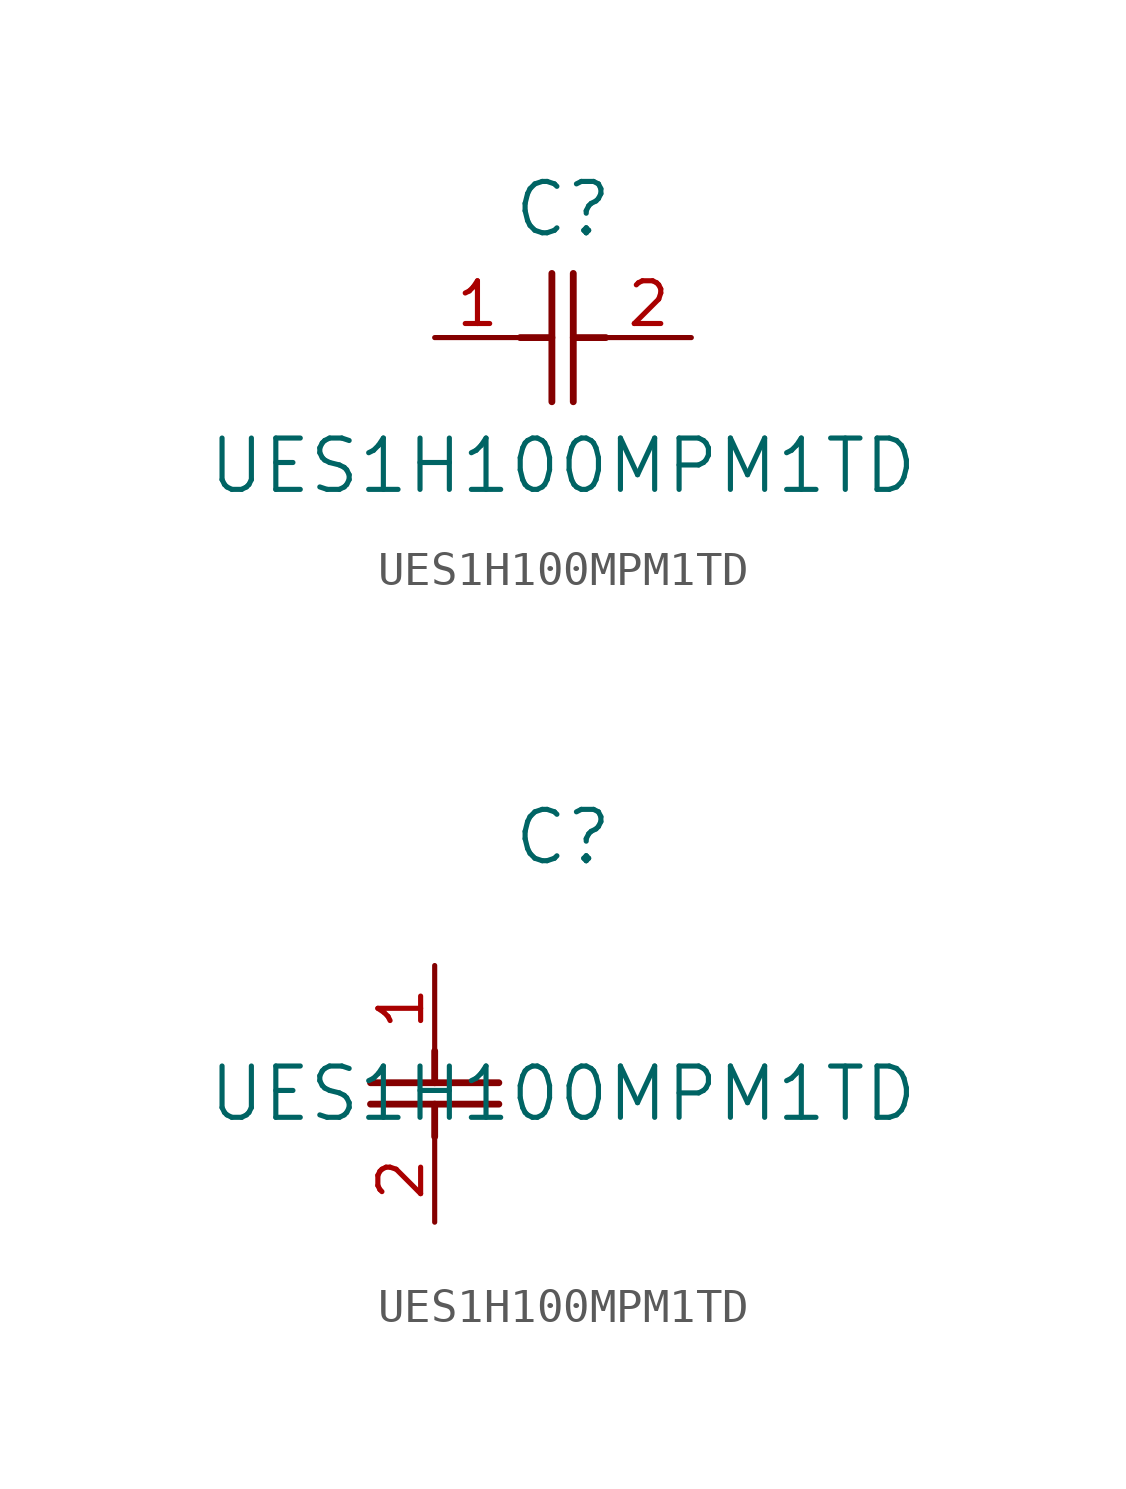
<source format=kicad_sym>
(kicad_symbol_lib
  (version 20220914)
  (generator kicad_symbol_editor)
  (symbol "UES1H100MPM1TD"
    (pin_names
      (offset 0.254))
    (property "Reference" "C"
      (at 3.81 3.81 0)
      (effects (font (size 1.524 1.524))))
    (property "Value" "UES1H100MPM1TD"
      (at 3.81 -3.81 0)
      (effects (font (size 1.524 1.524))))
    (symbol "UES1H100MPM1TD_1_1"
      (polyline (pts (xy 2.54 0) (xy 3.48 0)) (stroke (width 0.203) (type default)) (fill (type none)))
      (polyline (pts (xy 3.48 -1.905) (xy 3.48 1.905)) (stroke (width 0.203) (type default)) (fill (type none)))
      (polyline (pts (xy 4.115 -1.905) (xy 4.115 1.905)) (stroke (width 0.203) (type default)) (fill (type none)))
      (polyline (pts (xy 4.115 0) (xy 5.08 0)) (stroke (width 0.203) (type default)) (fill (type none)))
      (pin unspecified line (at 0 0 0) (length 2.54) (name "" (effects (font (size 1.27 1.27)))) (number "1" (effects (font (size 1.27 1.27)))))
      (pin unspecified line (at 7.62 0 180) (length 2.54) (name "" (effects (font (size 1.27 1.27)))) (number "2" (effects (font (size 1.27 1.27))))))
    (symbol "UES1H100MPM1TD_1_2"
      (polyline (pts (xy -1.905 -4.115) (xy 1.905 -4.115)) (stroke (width 0.203) (type default)) (fill (type none)))
      (polyline (pts (xy -1.905 -3.48) (xy 1.905 -3.48)) (stroke (width 0.203) (type default)) (fill (type none)))
      (polyline (pts (xy 0 -4.115) (xy 0 -5.08)) (stroke (width 0.203) (type default)) (fill (type none)))
      (polyline (pts (xy 0 -2.54) (xy 0 -3.48)) (stroke (width 0.203) (type default)) (fill (type none)))
      (pin unspecified line (at 0 0 270) (length 2.54) (name "" (effects (font (size 1.27 1.27)))) (number "1" (effects (font (size 1.27 1.27)))))
      (pin unspecified line (at 0 -7.62 90) (length 2.54) (name "" (effects (font (size 1.27 1.27)))) (number "2" (effects (font (size 1.27 1.27))))))))
</source>
